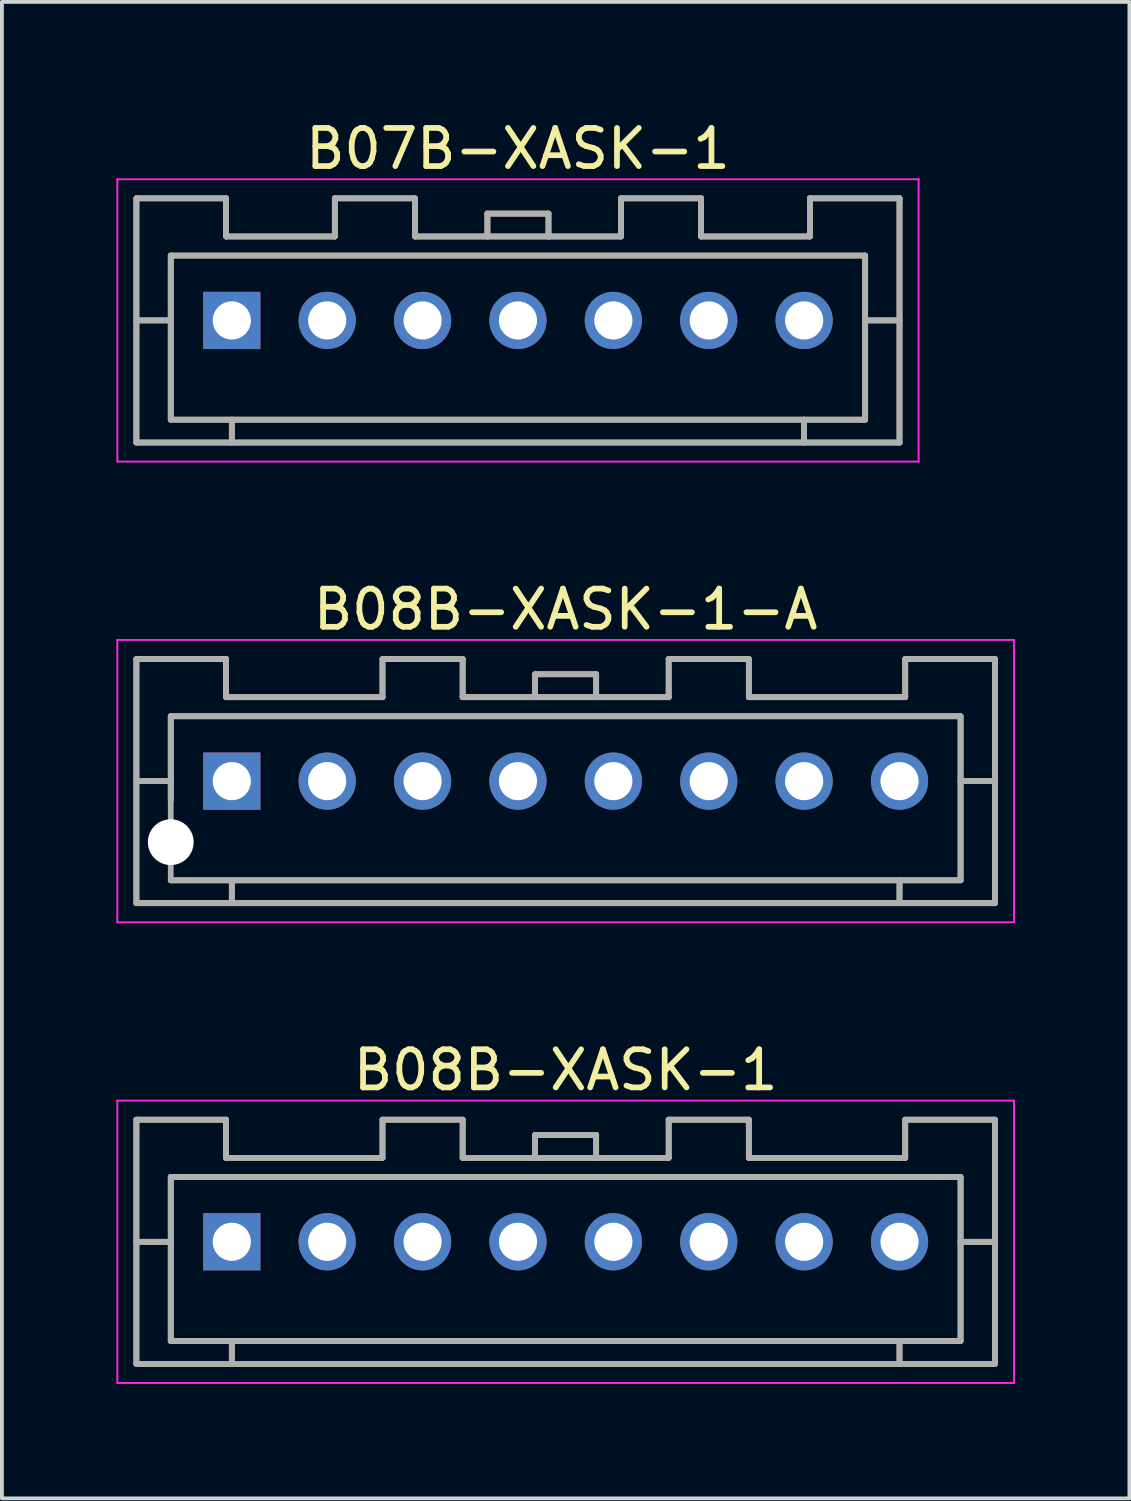
<source format=kicad_pcb>
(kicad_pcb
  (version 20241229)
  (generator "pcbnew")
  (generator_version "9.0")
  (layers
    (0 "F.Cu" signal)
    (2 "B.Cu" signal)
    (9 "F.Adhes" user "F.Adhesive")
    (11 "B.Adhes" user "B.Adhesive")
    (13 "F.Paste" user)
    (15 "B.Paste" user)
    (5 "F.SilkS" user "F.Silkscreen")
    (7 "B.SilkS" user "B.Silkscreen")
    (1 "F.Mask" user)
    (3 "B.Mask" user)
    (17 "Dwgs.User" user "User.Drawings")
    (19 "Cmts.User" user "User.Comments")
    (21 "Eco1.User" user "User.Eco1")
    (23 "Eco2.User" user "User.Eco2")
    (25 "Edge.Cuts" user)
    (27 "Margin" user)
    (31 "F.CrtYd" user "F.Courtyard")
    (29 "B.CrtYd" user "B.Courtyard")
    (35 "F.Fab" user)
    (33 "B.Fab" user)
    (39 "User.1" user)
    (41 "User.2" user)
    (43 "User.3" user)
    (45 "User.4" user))
  (footprint "B08B-XASK-1-A"
    (layer "F.Cu")
    (at 11.775 17.422)
    (property "Reference" "B08B-XASK-1-A" (at 0 -4.5 0) (layer "F.SilkS") (effects (font (size 1 1) (thickness 0.15))))
    (attr smd)
    (fp_line (start -11.25 -3.2) (end -11.25 3.2) (stroke (width 0.15) (type solid)) (layer "F.SilkS"))
    (fp_line (start -11.25 -3.2) (end -8.9 -3.2) (stroke (width 0.15) (type solid)) (layer "F.SilkS"))
    (fp_line (start -11.25 0) (end -10.35 0) (stroke (width 0.15) (type solid)) (layer "F.SilkS"))
    (fp_line (start -11.25 3.2) (end 11.25 3.2) (stroke (width 0.15) (type solid)) (layer "F.SilkS"))
    (fp_line (start -10.35 -1.7) (end -10.35 0.5) (stroke (width 0.15) (type solid)) (layer "F.SilkS"))
    (fp_line (start -10.35 -1.7) (end 10.35 -1.7) (stroke (width 0.15) (type solid)) (layer "F.SilkS"))
    (fp_line (start -10.35 2.6) (end 10.35 2.6) (stroke (width 0.15) (type solid)) (layer "F.SilkS"))
    (fp_line (start -8.9 -3.2) (end -8.9 -2.2) (stroke (width 0.15) (type solid)) (layer "F.SilkS"))
    (fp_line (start -8.9 -2.2) (end -4.8 -2.2) (stroke (width 0.15) (type solid)) (layer "F.SilkS"))
    (fp_line (start -8.75 2.6) (end -8.75 3.2) (stroke (width 0.15) (type solid)) (layer "F.SilkS"))
    (fp_line (start -4.8 -3.2) (end -4.8 -2.2) (stroke (width 0.15) (type solid)) (layer "F.SilkS"))
    (fp_line (start -4.8 -3.2) (end -2.7 -3.2) (stroke (width 0.15) (type solid)) (layer "F.SilkS"))
    (fp_line (start -2.7 -3.2) (end -2.7 -2.2) (stroke (width 0.15) (type solid)) (layer "F.SilkS"))
    (fp_line (start -2.7 -2.2) (end 2.7 -2.2) (stroke (width 0.15) (type solid)) (layer "F.SilkS"))
    (fp_line (start -0.8 -2.8) (end -0.8 -2.2) (stroke (width 0.15) (type solid)) (layer "F.SilkS"))
    (fp_line (start -0.8 -2.8) (end 0.8 -2.8) (stroke (width 0.15) (type solid)) (layer "F.SilkS"))
    (fp_line (start 0.8 -2.8) (end 0.8 -2.2) (stroke (width 0.15) (type solid)) (layer "F.SilkS"))
    (fp_line (start 2.7 -3.2) (end 2.7 -2.2) (stroke (width 0.15) (type solid)) (layer "F.SilkS"))
    (fp_line (start 2.7 -3.2) (end 4.8 -3.2) (stroke (width 0.15) (type solid)) (layer "F.SilkS"))
    (fp_line (start 4.8 -3.2) (end 4.8 -2.2) (stroke (width 0.15) (type solid)) (layer "F.SilkS"))
    (fp_line (start 4.8 -2.2) (end 8.9 -2.2) (stroke (width 0.15) (type solid)) (layer "F.SilkS"))
    (fp_line (start 8.75 2.6) (end 8.75 3.2) (stroke (width 0.15) (type solid)) (layer "F.SilkS"))
    (fp_line (start 8.9 -3.2) (end 8.9 -2.2) (stroke (width 0.15) (type solid)) (layer "F.SilkS"))
    (fp_line (start 8.9 -3.2) (end 11.25 -3.2) (stroke (width 0.15) (type solid)) (layer "F.SilkS"))
    (fp_line (start 10.35 -1.7) (end 10.35 2.6) (stroke (width 0.15) (type solid)) (layer "F.SilkS"))
    (fp_line (start 10.35 0) (end 11.25 0) (stroke (width 0.15) (type solid)) (layer "F.SilkS"))
    (fp_line (start 11.25 -3.2) (end 11.25 3.2) (stroke (width 0.15) (type solid)) (layer "F.SilkS"))
    (fp_line (start -11.75 -3.7) (end -11.75 3.7) (stroke (width 0.05) (type solid)) (layer "F.CrtYd"))
    (fp_line (start -11.75 -3.7) (end 11.75 -3.7) (stroke (width 0.05) (type solid)) (layer "F.CrtYd"))
    (fp_line (start -11.75 3.7) (end 11.75 3.7) (stroke (width 0.05) (type solid)) (layer "F.CrtYd"))
    (fp_line (start 11.75 -3.7) (end 11.75 3.7) (stroke (width 0.05) (type solid)) (layer "F.CrtYd"))
    (fp_line (start -11.25 -3.2) (end -11.25 3.2) (stroke (width 0.15) (type solid)) (layer "F.Fab"))
    (fp_line (start -11.25 -3.2) (end -8.9 -3.2) (stroke (width 0.15) (type solid)) (layer "F.Fab"))
    (fp_line (start -11.25 0) (end -10.35 0) (stroke (width 0.15) (type solid)) (layer "F.Fab"))
    (fp_line (start -11.25 3.2) (end 11.25 3.2) (stroke (width 0.15) (type solid)) (layer "F.Fab"))
    (fp_line (start -10.35 -1.7) (end -10.35 2.6) (stroke (width 0.15) (type solid)) (layer "F.Fab"))
    (fp_line (start -10.35 -1.7) (end 10.35 -1.7) (stroke (width 0.15) (type solid)) (layer "F.Fab"))
    (fp_line (start -10.35 2.6) (end 10.35 2.6) (stroke (width 0.15) (type solid)) (layer "F.Fab"))
    (fp_line (start -8.9 -3.2) (end -8.9 -2.2) (stroke (width 0.15) (type solid)) (layer "F.Fab"))
    (fp_line (start -8.9 -2.2) (end -4.8 -2.2) (stroke (width 0.15) (type solid)) (layer "F.Fab"))
    (fp_line (start -8.75 2.6) (end -8.75 3.2) (stroke (width 0.15) (type solid)) (layer "F.Fab"))
    (fp_line (start -4.8 -3.2) (end -4.8 -2.2) (stroke (width 0.15) (type solid)) (layer "F.Fab"))
    (fp_line (start -4.8 -3.2) (end -2.7 -3.2) (stroke (width 0.15) (type solid)) (layer "F.Fab"))
    (fp_line (start -2.7 -3.2) (end -2.7 -2.2) (stroke (width 0.15) (type solid)) (layer "F.Fab"))
    (fp_line (start -2.7 -2.2) (end 2.7 -2.2) (stroke (width 0.15) (type solid)) (layer "F.Fab"))
    (fp_line (start -0.8 -2.8) (end -0.8 -2.2) (stroke (width 0.15) (type solid)) (layer "F.Fab"))
    (fp_line (start -0.8 -2.8) (end 0.8 -2.8) (stroke (width 0.15) (type solid)) (layer "F.Fab"))
    (fp_line (start 0.8 -2.8) (end 0.8 -2.2) (stroke (width 0.15) (type solid)) (layer "F.Fab"))
    (fp_line (start 2.7 -3.2) (end 2.7 -2.2) (stroke (width 0.15) (type solid)) (layer "F.Fab"))
    (fp_line (start 2.7 -3.2) (end 4.8 -3.2) (stroke (width 0.15) (type solid)) (layer "F.Fab"))
    (fp_line (start 4.8 -3.2) (end 4.8 -2.2) (stroke (width 0.15) (type solid)) (layer "F.Fab"))
    (fp_line (start 4.8 -2.2) (end 8.9 -2.2) (stroke (width 0.15) (type solid)) (layer "F.Fab"))
    (fp_line (start 8.75 2.6) (end 8.75 3.2) (stroke (width 0.15) (type solid)) (layer "F.Fab"))
    (fp_line (start 8.9 -3.2) (end 8.9 -2.2) (stroke (width 0.15) (type solid)) (layer "F.Fab"))
    (fp_line (start 8.9 -3.2) (end 11.25 -3.2) (stroke (width 0.15) (type solid)) (layer "F.Fab"))
    (fp_line (start 10.35 -1.7) (end 10.35 2.6) (stroke (width 0.15) (type solid)) (layer "F.Fab"))
    (fp_line (start 10.35 0) (end 11.25 0) (stroke (width 0.15) (type solid)) (layer "F.Fab"))
    (fp_line (start 11.25 -3.2) (end 11.25 3.2) (stroke (width 0.15) (type solid)) (layer "F.Fab"))
    (pad "" np_thru_hole circle (at -10.35 1.6) (size 1.2 1.2) (drill 1.2) (layers "*.Cu" "*.Mask"))
    (pad "1" thru_hole rect (at -8.75 0) (size 1.5 1.5) (drill 1) (layers "*.Cu" "*.Mask"))
    (pad "2" thru_hole circle (at -6.25 0) (size 1.5 1.5) (drill 1) (layers "*.Cu" "*.Mask"))
    (pad "3" thru_hole circle (at -3.75 0) (size 1.5 1.5) (drill 1) (layers "*.Cu" "*.Mask"))
    (pad "4" thru_hole circle (at -1.25 0) (size 1.5 1.5) (drill 1) (layers "*.Cu" "*.Mask"))
    (pad "5" thru_hole circle (at 1.25 0) (size 1.5 1.5) (drill 1) (layers "*.Cu" "*.Mask"))
    (pad "6" thru_hole circle (at 3.75 0) (size 1.5 1.5) (drill 1) (layers "*.Cu" "*.Mask"))
    (pad "7" thru_hole circle (at 6.25 0) (size 1.5 1.5) (drill 1) (layers "*.Cu" "*.Mask"))
    (pad "8" thru_hole circle (at 8.75 0) (size 1.5 1.5) (drill 1) (layers "*.Cu" "*.Mask")))
  (footprint "B08B-XASK-1"
    (layer "F.Cu")
    (at 11.775 29.495)
    (property "Reference" "B08B-XASK-1" (at 0 -4.5 0) (layer "F.SilkS") (effects (font (size 1 1) (thickness 0.15))))
    (attr smd)
    (fp_line (start -11.25 -3.2) (end -11.25 3.2) (stroke (width 0.15) (type solid)) (layer "F.SilkS"))
    (fp_line (start -11.25 -3.2) (end -8.9 -3.2) (stroke (width 0.15) (type solid)) (layer "F.SilkS"))
    (fp_line (start -11.25 0) (end -10.35 0) (stroke (width 0.15) (type solid)) (layer "F.SilkS"))
    (fp_line (start -11.25 3.2) (end 11.25 3.2) (stroke (width 0.15) (type solid)) (layer "F.SilkS"))
    (fp_line (start -10.35 -1.7) (end -10.35 2.6) (stroke (width 0.15) (type solid)) (layer "F.SilkS"))
    (fp_line (start -10.35 -1.7) (end 10.35 -1.7) (stroke (width 0.15) (type solid)) (layer "F.SilkS"))
    (fp_line (start -10.35 2.6) (end 10.35 2.6) (stroke (width 0.15) (type solid)) (layer "F.SilkS"))
    (fp_line (start -8.9 -3.2) (end -8.9 -2.2) (stroke (width 0.15) (type solid)) (layer "F.SilkS"))
    (fp_line (start -8.9 -2.2) (end -4.8 -2.2) (stroke (width 0.15) (type solid)) (layer "F.SilkS"))
    (fp_line (start -8.75 2.6) (end -8.75 3.2) (stroke (width 0.15) (type solid)) (layer "F.SilkS"))
    (fp_line (start -4.8 -3.2) (end -4.8 -2.2) (stroke (width 0.15) (type solid)) (layer "F.SilkS"))
    (fp_line (start -4.8 -3.2) (end -2.7 -3.2) (stroke (width 0.15) (type solid)) (layer "F.SilkS"))
    (fp_line (start -2.7 -3.2) (end -2.7 -2.2) (stroke (width 0.15) (type solid)) (layer "F.SilkS"))
    (fp_line (start -2.7 -2.2) (end 2.7 -2.2) (stroke (width 0.15) (type solid)) (layer "F.SilkS"))
    (fp_line (start -0.8 -2.8) (end -0.8 -2.2) (stroke (width 0.15) (type solid)) (layer "F.SilkS"))
    (fp_line (start -0.8 -2.8) (end 0.8 -2.8) (stroke (width 0.15) (type solid)) (layer "F.SilkS"))
    (fp_line (start 0.8 -2.8) (end 0.8 -2.2) (stroke (width 0.15) (type solid)) (layer "F.SilkS"))
    (fp_line (start 2.7 -3.2) (end 2.7 -2.2) (stroke (width 0.15) (type solid)) (layer "F.SilkS"))
    (fp_line (start 2.7 -3.2) (end 4.8 -3.2) (stroke (width 0.15) (type solid)) (layer "F.SilkS"))
    (fp_line (start 4.8 -3.2) (end 4.8 -2.2) (stroke (width 0.15) (type solid)) (layer "F.SilkS"))
    (fp_line (start 4.8 -2.2) (end 8.9 -2.2) (stroke (width 0.15) (type solid)) (layer "F.SilkS"))
    (fp_line (start 8.75 2.6) (end 8.75 3.2) (stroke (width 0.15) (type solid)) (layer "F.SilkS"))
    (fp_line (start 8.9 -3.2) (end 8.9 -2.2) (stroke (width 0.15) (type solid)) (layer "F.SilkS"))
    (fp_line (start 8.9 -3.2) (end 11.25 -3.2) (stroke (width 0.15) (type solid)) (layer "F.SilkS"))
    (fp_line (start 10.35 -1.7) (end 10.35 2.6) (stroke (width 0.15) (type solid)) (layer "F.SilkS"))
    (fp_line (start 10.35 0) (end 11.25 0) (stroke (width 0.15) (type solid)) (layer "F.SilkS"))
    (fp_line (start 11.25 -3.2) (end 11.25 3.2) (stroke (width 0.15) (type solid)) (layer "F.SilkS"))
    (fp_line (start -11.75 -3.7) (end -11.75 3.7) (stroke (width 0.05) (type solid)) (layer "F.CrtYd"))
    (fp_line (start -11.75 -3.7) (end 11.75 -3.7) (stroke (width 0.05) (type solid)) (layer "F.CrtYd"))
    (fp_line (start -11.75 3.7) (end 11.75 3.7) (stroke (width 0.05) (type solid)) (layer "F.CrtYd"))
    (fp_line (start 11.75 -3.7) (end 11.75 3.7) (stroke (width 0.05) (type solid)) (layer "F.CrtYd"))
    (fp_line (start -11.25 -3.2) (end -11.25 3.2) (stroke (width 0.15) (type solid)) (layer "F.Fab"))
    (fp_line (start -11.25 -3.2) (end -8.9 -3.2) (stroke (width 0.15) (type solid)) (layer "F.Fab"))
    (fp_line (start -11.25 0) (end -10.35 0) (stroke (width 0.15) (type solid)) (layer "F.Fab"))
    (fp_line (start -11.25 3.2) (end 11.25 3.2) (stroke (width 0.15) (type solid)) (layer "F.Fab"))
    (fp_line (start -10.35 -1.7) (end -10.35 2.6) (stroke (width 0.15) (type solid)) (layer "F.Fab"))
    (fp_line (start -10.35 -1.7) (end 10.35 -1.7) (stroke (width 0.15) (type solid)) (layer "F.Fab"))
    (fp_line (start -10.35 2.6) (end 10.35 2.6) (stroke (width 0.15) (type solid)) (layer "F.Fab"))
    (fp_line (start -8.9 -3.2) (end -8.9 -2.2) (stroke (width 0.15) (type solid)) (layer "F.Fab"))
    (fp_line (start -8.9 -2.2) (end -4.8 -2.2) (stroke (width 0.15) (type solid)) (layer "F.Fab"))
    (fp_line (start -8.75 2.6) (end -8.75 3.2) (stroke (width 0.15) (type solid)) (layer "F.Fab"))
    (fp_line (start -4.8 -3.2) (end -4.8 -2.2) (stroke (width 0.15) (type solid)) (layer "F.Fab"))
    (fp_line (start -4.8 -3.2) (end -2.7 -3.2) (stroke (width 0.15) (type solid)) (layer "F.Fab"))
    (fp_line (start -2.7 -3.2) (end -2.7 -2.2) (stroke (width 0.15) (type solid)) (layer "F.Fab"))
    (fp_line (start -2.7 -2.2) (end 2.7 -2.2) (stroke (width 0.15) (type solid)) (layer "F.Fab"))
    (fp_line (start -0.8 -2.8) (end -0.8 -2.2) (stroke (width 0.15) (type solid)) (layer "F.Fab"))
    (fp_line (start -0.8 -2.8) (end 0.8 -2.8) (stroke (width 0.15) (type solid)) (layer "F.Fab"))
    (fp_line (start 0.8 -2.8) (end 0.8 -2.2) (stroke (width 0.15) (type solid)) (layer "F.Fab"))
    (fp_line (start 2.7 -3.2) (end 2.7 -2.2) (stroke (width 0.15) (type solid)) (layer "F.Fab"))
    (fp_line (start 2.7 -3.2) (end 4.8 -3.2) (stroke (width 0.15) (type solid)) (layer "F.Fab"))
    (fp_line (start 4.8 -3.2) (end 4.8 -2.2) (stroke (width 0.15) (type solid)) (layer "F.Fab"))
    (fp_line (start 4.8 -2.2) (end 8.9 -2.2) (stroke (width 0.15) (type solid)) (layer "F.Fab"))
    (fp_line (start 8.75 2.6) (end 8.75 3.2) (stroke (width 0.15) (type solid)) (layer "F.Fab"))
    (fp_line (start 8.9 -3.2) (end 8.9 -2.2) (stroke (width 0.15) (type solid)) (layer "F.Fab"))
    (fp_line (start 8.9 -3.2) (end 11.25 -3.2) (stroke (width 0.15) (type solid)) (layer "F.Fab"))
    (fp_line (start 10.35 -1.7) (end 10.35 2.6) (stroke (width 0.15) (type solid)) (layer "F.Fab"))
    (fp_line (start 10.35 0) (end 11.25 0) (stroke (width 0.15) (type solid)) (layer "F.Fab"))
    (fp_line (start 11.25 -3.2) (end 11.25 3.2) (stroke (width 0.15) (type solid)) (layer "F.Fab"))
    (pad "1" thru_hole rect (at -8.75 0) (size 1.5 1.5) (drill 1) (layers "*.Cu" "*.Mask"))
    (pad "2" thru_hole circle (at -6.25 0) (size 1.5 1.5) (drill 1) (layers "*.Cu" "*.Mask"))
    (pad "3" thru_hole circle (at -3.75 0) (size 1.5 1.5) (drill 1) (layers "*.Cu" "*.Mask"))
    (pad "4" thru_hole circle (at -1.25 0) (size 1.5 1.5) (drill 1) (layers "*.Cu" "*.Mask"))
    (pad "5" thru_hole circle (at 1.25 0) (size 1.5 1.5) (drill 1) (layers "*.Cu" "*.Mask"))
    (pad "6" thru_hole circle (at 3.75 0) (size 1.5 1.5) (drill 1) (layers "*.Cu" "*.Mask"))
    (pad "7" thru_hole circle (at 6.25 0) (size 1.5 1.5) (drill 1) (layers "*.Cu" "*.Mask"))
    (pad "8" thru_hole circle (at 8.75 0) (size 1.5 1.5) (drill 1) (layers "*.Cu" "*.Mask")))
  (footprint "B07B-XASK-1"
    (layer "F.Cu")
    (at 10.525 5.348)
    (property "Reference" "B07B-XASK-1" (at 0 -4.5 0) (layer "F.SilkS") (effects (font (size 1 1) (thickness 0.15))))
    (attr smd)
    (fp_line (start -10 -3.2) (end -10 3.2) (stroke (width 0.15) (type solid)) (layer "F.SilkS"))
    (fp_line (start -10 -3.2) (end -7.65 -3.2) (stroke (width 0.15) (type solid)) (layer "F.SilkS"))
    (fp_line (start -10 0) (end -9.1 0) (stroke (width 0.15) (type solid)) (layer "F.SilkS"))
    (fp_line (start -10 3.2) (end 10 3.2) (stroke (width 0.15) (type solid)) (layer "F.SilkS"))
    (fp_line (start -9.1 -1.7) (end -9.1 2.6) (stroke (width 0.15) (type solid)) (layer "F.SilkS"))
    (fp_line (start -9.1 -1.7) (end 9.1 -1.7) (stroke (width 0.15) (type solid)) (layer "F.SilkS"))
    (fp_line (start -9.1 2.6) (end 9.1 2.6) (stroke (width 0.15) (type solid)) (layer "F.SilkS"))
    (fp_line (start -7.65 -3.2) (end -7.65 -2.2) (stroke (width 0.15) (type solid)) (layer "F.SilkS"))
    (fp_line (start -7.65 -2.2) (end -4.8 -2.2) (stroke (width 0.15) (type solid)) (layer "F.SilkS"))
    (fp_line (start -7.5 2.6) (end -7.5 3.2) (stroke (width 0.15) (type solid)) (layer "F.SilkS"))
    (fp_line (start -4.8 -3.2) (end -4.8 -2.2) (stroke (width 0.15) (type solid)) (layer "F.SilkS"))
    (fp_line (start -4.8 -3.2) (end -2.7 -3.2) (stroke (width 0.15) (type solid)) (layer "F.SilkS"))
    (fp_line (start -2.7 -3.2) (end -2.7 -2.2) (stroke (width 0.15) (type solid)) (layer "F.SilkS"))
    (fp_line (start -2.7 -2.2) (end 2.7 -2.2) (stroke (width 0.15) (type solid)) (layer "F.SilkS"))
    (fp_line (start -0.8 -2.8) (end -0.8 -2.2) (stroke (width 0.15) (type solid)) (layer "F.SilkS"))
    (fp_line (start -0.8 -2.8) (end 0.8 -2.8) (stroke (width 0.15) (type solid)) (layer "F.SilkS"))
    (fp_line (start 0.8 -2.8) (end 0.8 -2.2) (stroke (width 0.15) (type solid)) (layer "F.SilkS"))
    (fp_line (start 2.7 -3.2) (end 2.7 -2.2) (stroke (width 0.15) (type solid)) (layer "F.SilkS"))
    (fp_line (start 2.7 -3.2) (end 4.8 -3.2) (stroke (width 0.15) (type solid)) (layer "F.SilkS"))
    (fp_line (start 4.8 -3.2) (end 4.8 -2.2) (stroke (width 0.15) (type solid)) (layer "F.SilkS"))
    (fp_line (start 4.8 -2.2) (end 7.65 -2.2) (stroke (width 0.15) (type solid)) (layer "F.SilkS"))
    (fp_line (start 7.5 2.6) (end 7.5 3.2) (stroke (width 0.15) (type solid)) (layer "F.SilkS"))
    (fp_line (start 7.65 -3.2) (end 7.65 -2.2) (stroke (width 0.15) (type solid)) (layer "F.SilkS"))
    (fp_line (start 7.65 -3.2) (end 10 -3.2) (stroke (width 0.15) (type solid)) (layer "F.SilkS"))
    (fp_line (start 9.1 -1.7) (end 9.1 2.6) (stroke (width 0.15) (type solid)) (layer "F.SilkS"))
    (fp_line (start 9.1 0) (end 10 0) (stroke (width 0.15) (type solid)) (layer "F.SilkS"))
    (fp_line (start 10 -3.2) (end 10 3.2) (stroke (width 0.15) (type solid)) (layer "F.SilkS"))
    (fp_line (start -10.5 -3.7) (end -10.5 3.7) (stroke (width 0.05) (type solid)) (layer "F.CrtYd"))
    (fp_line (start -10.5 -3.7) (end 10.5 -3.7) (stroke (width 0.05) (type solid)) (layer "F.CrtYd"))
    (fp_line (start -10.5 3.7) (end 10.5 3.7) (stroke (width 0.05) (type solid)) (layer "F.CrtYd"))
    (fp_line (start 10.5 -3.7) (end 10.5 3.7) (stroke (width 0.05) (type solid)) (layer "F.CrtYd"))
    (fp_line (start -10 -3.2) (end -10 3.2) (stroke (width 0.15) (type solid)) (layer "F.Fab"))
    (fp_line (start -10 -3.2) (end -7.65 -3.2) (stroke (width 0.15) (type solid)) (layer "F.Fab"))
    (fp_line (start -10 0) (end -9.1 0) (stroke (width 0.15) (type solid)) (layer "F.Fab"))
    (fp_line (start -10 3.2) (end 10 3.2) (stroke (width 0.15) (type solid)) (layer "F.Fab"))
    (fp_line (start -9.1 -1.7) (end -9.1 2.6) (stroke (width 0.15) (type solid)) (layer "F.Fab"))
    (fp_line (start -9.1 -1.7) (end 9.1 -1.7) (stroke (width 0.15) (type solid)) (layer "F.Fab"))
    (fp_line (start -9.1 2.6) (end 9.1 2.6) (stroke (width 0.15) (type solid)) (layer "F.Fab"))
    (fp_line (start -7.65 -3.2) (end -7.65 -2.2) (stroke (width 0.15) (type solid)) (layer "F.Fab"))
    (fp_line (start -7.65 -2.2) (end -4.8 -2.2) (stroke (width 0.15) (type solid)) (layer "F.Fab"))
    (fp_line (start -7.5 2.6) (end -7.5 3.2) (stroke (width 0.15) (type solid)) (layer "F.Fab"))
    (fp_line (start -4.8 -3.2) (end -4.8 -2.2) (stroke (width 0.15) (type solid)) (layer "F.Fab"))
    (fp_line (start -4.8 -3.2) (end -2.7 -3.2) (stroke (width 0.15) (type solid)) (layer "F.Fab"))
    (fp_line (start -2.7 -3.2) (end -2.7 -2.2) (stroke (width 0.15) (type solid)) (layer "F.Fab"))
    (fp_line (start -2.7 -2.2) (end 2.7 -2.2) (stroke (width 0.15) (type solid)) (layer "F.Fab"))
    (fp_line (start -0.8 -2.8) (end -0.8 -2.2) (stroke (width 0.15) (type solid)) (layer "F.Fab"))
    (fp_line (start -0.8 -2.8) (end 0.8 -2.8) (stroke (width 0.15) (type solid)) (layer "F.Fab"))
    (fp_line (start 0.8 -2.8) (end 0.8 -2.2) (stroke (width 0.15) (type solid)) (layer "F.Fab"))
    (fp_line (start 2.7 -3.2) (end 2.7 -2.2) (stroke (width 0.15) (type solid)) (layer "F.Fab"))
    (fp_line (start 2.7 -3.2) (end 4.8 -3.2) (stroke (width 0.15) (type solid)) (layer "F.Fab"))
    (fp_line (start 4.8 -3.2) (end 4.8 -2.2) (stroke (width 0.15) (type solid)) (layer "F.Fab"))
    (fp_line (start 4.8 -2.2) (end 7.65 -2.2) (stroke (width 0.15) (type solid)) (layer "F.Fab"))
    (fp_line (start 7.5 2.6) (end 7.5 3.2) (stroke (width 0.15) (type solid)) (layer "F.Fab"))
    (fp_line (start 7.65 -3.2) (end 7.65 -2.2) (stroke (width 0.15) (type solid)) (layer "F.Fab"))
    (fp_line (start 7.65 -3.2) (end 10 -3.2) (stroke (width 0.15) (type solid)) (layer "F.Fab"))
    (fp_line (start 9.1 -1.7) (end 9.1 2.6) (stroke (width 0.15) (type solid)) (layer "F.Fab"))
    (fp_line (start 9.1 0) (end 10 0) (stroke (width 0.15) (type solid)) (layer "F.Fab"))
    (fp_line (start 10 -3.2) (end 10 3.2) (stroke (width 0.15) (type solid)) (layer "F.Fab"))
    (pad "1" thru_hole rect (at -7.5 0) (size 1.5 1.5) (drill 1) (layers "*.Cu" "*.Mask"))
    (pad "2" thru_hole circle (at -5 0) (size 1.5 1.5) (drill 1) (layers "*.Cu" "*.Mask"))
    (pad "3" thru_hole circle (at -2.5 0) (size 1.5 1.5) (drill 1) (layers "*.Cu" "*.Mask"))
    (pad "4" thru_hole circle (at 0 0) (size 1.5 1.5) (drill 1) (layers "*.Cu" "*.Mask"))
    (pad "5" thru_hole circle (at 2.5 0) (size 1.5 1.5) (drill 1) (layers "*.Cu" "*.Mask"))
    (pad "6" thru_hole circle (at 5 0) (size 1.5 1.5) (drill 1) (layers "*.Cu" "*.Mask"))
    (pad "7" thru_hole circle (at 7.5 0) (size 1.5 1.5) (drill 1) (layers "*.Cu" "*.Mask")))
  (gr_rect
    (start -3 -3)
    (end 26.55 36.22)
    (stroke (width 0.1) (type default))
    (fill no)
    (layer "Edge.Cuts")))
</source>
